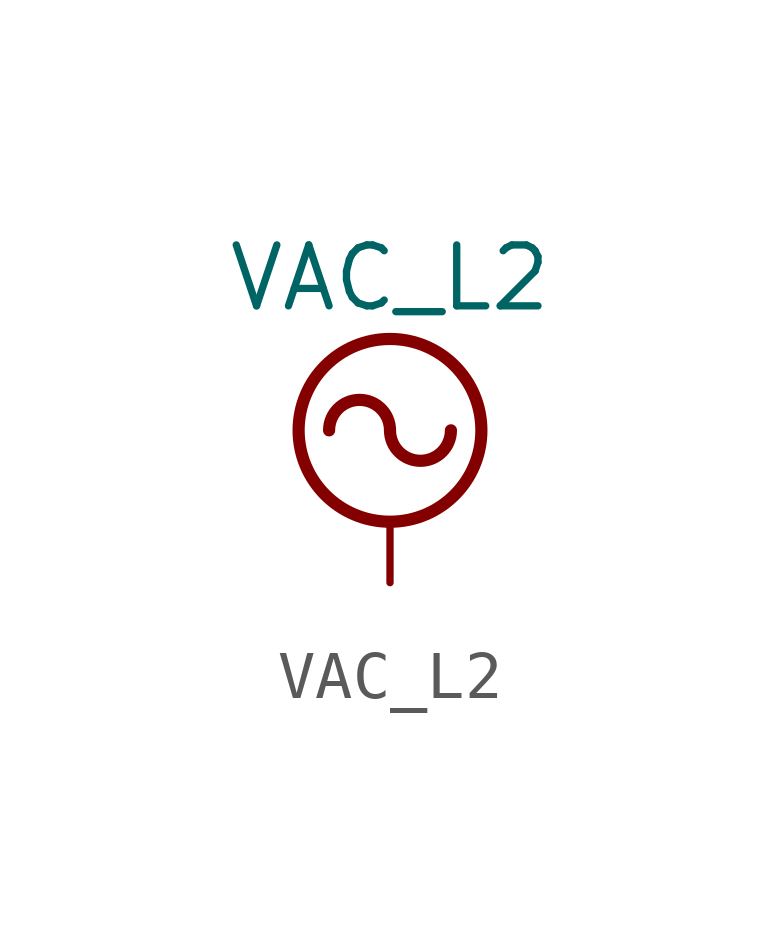
<source format=kicad_sym>
(kicad_symbol_lib
  (version 20220914)
  (generator kicad_symbol_editor)
  (symbol "VAC_L2"
    (power)
    (pin_names
      (offset 0))
    (property "Reference" "#PWR"
      (at 0 -2.54 0)
      (effects (font (size 1.27 1.27)) hide))
    (property "Value" "VAC_L2"
      (at 0 6.35 0)
      (effects (font (size 1.27 1.27))))
    (symbol "VAC_L2_0_1"
      (polyline (pts (xy 0 0) (xy 0 1.27)) (stroke (width 0) (type default)) (fill (type none)))
      (arc (start 0 3.175) (mid -0.635 3.8073) (end -1.27 3.175) (stroke (width 0.254) (type default)) (fill (type none)))
      (arc (start 0 3.175) (mid 0.635 2.5427) (end 1.27 3.175) (stroke (width 0.254) (type default)) (fill (type none)))
      (circle (center 0 3.175) (radius 1.905) (stroke (width 0.254) (type default)) (fill (type none))))
    (symbol "VAC_L2_1_1"
      (pin power_in line (at 0 0 90) (length 0) hide (name "VAC_L2" (effects (font (size 1.27 1.27)))) (number "1" (effects (font (size 1.27 1.27))))))))
</source>
